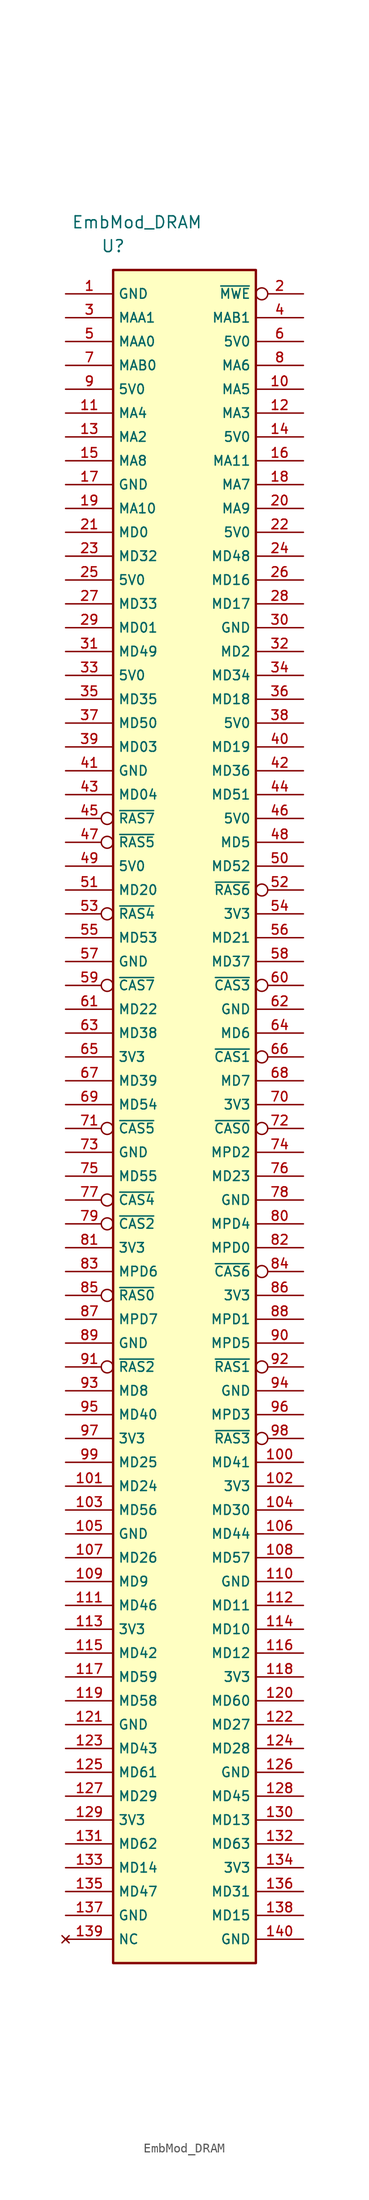
<source format=kicad_sym>
(kicad_symbol_lib
  (version 20211014)
  (generator kicad_symbol_editor)
  (symbol "EmbMod_DRAM"
    (property "Reference" "U"
      (at -7.62 91.44 0)
      (effects (font (size 1.27 1.27))))
    (property "Value" "EmbMod_DRAM"
      (at -5.08 93.98 0)
      (effects (font (size 1.27 1.27))))
    (symbol "EmbMod_DRAM_1_0"
      (rectangle (start -7.62 -91.44) (end 7.62 88.9) (stroke (width 0.254) (type default) (color 0 0 0 0)) (fill (type background))))
    (symbol "EmbMod_DRAM_1_1"
      (pin power_in line (at -12.7 86.36 0) (length 5.08) (name "GND" (effects (font (size 1.016 1.016)))) (number "1" (effects (font (size 1.016 1.016)))))
      (pin output line (at 12.7 76.2 180) (length 5.08) (name "MA5" (effects (font (size 1.016 1.016)))) (number "10" (effects (font (size 1.016 1.016)))))
      (pin bidirectional line (at 12.7 -38.1 180) (length 5.08) (name "MD41" (effects (font (size 1.016 1.016)))) (number "100" (effects (font (size 1.016 1.016)))))
      (pin bidirectional line (at -12.7 -40.64 0) (length 5.08) (name "MD24" (effects (font (size 1.016 1.016)))) (number "101" (effects (font (size 1.016 1.016)))))
      (pin power_in line (at 12.7 -40.64 180) (length 5.08) (name "3V3" (effects (font (size 1.016 1.016)))) (number "102" (effects (font (size 1.016 1.016)))))
      (pin bidirectional line (at -12.7 -43.18 0) (length 5.08) (name "MD56" (effects (font (size 1.016 1.016)))) (number "103" (effects (font (size 1.016 1.016)))))
      (pin bidirectional line (at 12.7 -43.18 180) (length 5.08) (name "MD30" (effects (font (size 1.016 1.016)))) (number "104" (effects (font (size 1.016 1.016)))))
      (pin power_in line (at -12.7 -45.72 0) (length 5.08) (name "GND" (effects (font (size 1.016 1.016)))) (number "105" (effects (font (size 1.016 1.016)))))
      (pin bidirectional line (at 12.7 -45.72 180) (length 5.08) (name "MD44" (effects (font (size 1.016 1.016)))) (number "106" (effects (font (size 1.016 1.016)))))
      (pin bidirectional line (at -12.7 -48.26 0) (length 5.08) (name "MD26" (effects (font (size 1.016 1.016)))) (number "107" (effects (font (size 1.016 1.016)))))
      (pin bidirectional line (at 12.7 -48.26 180) (length 5.08) (name "MD57" (effects (font (size 1.016 1.016)))) (number "108" (effects (font (size 1.016 1.016)))))
      (pin bidirectional line (at -12.7 -50.8 0) (length 5.08) (name "MD9" (effects (font (size 1.016 1.016)))) (number "109" (effects (font (size 1.016 1.016)))))
      (pin output line (at -12.7 73.66 0) (length 5.08) (name "MA4" (effects (font (size 1.016 1.016)))) (number "11" (effects (font (size 1.016 1.016)))))
      (pin power_in line (at 12.7 -50.8 180) (length 5.08) (name "GND" (effects (font (size 1.016 1.016)))) (number "110" (effects (font (size 1.016 1.016)))))
      (pin bidirectional line (at -12.7 -53.34 0) (length 5.08) (name "MD46" (effects (font (size 1.016 1.016)))) (number "111" (effects (font (size 1.016 1.016)))))
      (pin bidirectional line (at 12.7 -53.34 180) (length 5.08) (name "MD11" (effects (font (size 1.016 1.016)))) (number "112" (effects (font (size 1.016 1.016)))))
      (pin power_in line (at -12.7 -55.88 0) (length 5.08) (name "3V3" (effects (font (size 1.016 1.016)))) (number "113" (effects (font (size 1.016 1.016)))))
      (pin bidirectional line (at 12.7 -55.88 180) (length 5.08) (name "MD10" (effects (font (size 1.016 1.016)))) (number "114" (effects (font (size 1.016 1.016)))))
      (pin bidirectional line (at -12.7 -58.42 0) (length 5.08) (name "MD42" (effects (font (size 1.016 1.016)))) (number "115" (effects (font (size 1.016 1.016)))))
      (pin bidirectional line (at 12.7 -58.42 180) (length 5.08) (name "MD12" (effects (font (size 1.016 1.016)))) (number "116" (effects (font (size 1.016 1.016)))))
      (pin bidirectional line (at -12.7 -60.96 0) (length 5.08) (name "MD59" (effects (font (size 1.016 1.016)))) (number "117" (effects (font (size 1.016 1.016)))))
      (pin power_in line (at 12.7 -60.96 180) (length 5.08) (name "3V3" (effects (font (size 1.016 1.016)))) (number "118" (effects (font (size 1.016 1.016)))))
      (pin bidirectional line (at -12.7 -63.5 0) (length 5.08) (name "MD58" (effects (font (size 1.016 1.016)))) (number "119" (effects (font (size 1.016 1.016)))))
      (pin output line (at 12.7 73.66 180) (length 5.08) (name "MA3" (effects (font (size 1.016 1.016)))) (number "12" (effects (font (size 1.016 1.016)))))
      (pin bidirectional line (at 12.7 -63.5 180) (length 5.08) (name "MD60" (effects (font (size 1.016 1.016)))) (number "120" (effects (font (size 1.016 1.016)))))
      (pin power_in line (at -12.7 -66.04 0) (length 5.08) (name "GND" (effects (font (size 1.016 1.016)))) (number "121" (effects (font (size 1.016 1.016)))))
      (pin bidirectional line (at 12.7 -66.04 180) (length 5.08) (name "MD27" (effects (font (size 1.016 1.016)))) (number "122" (effects (font (size 1.016 1.016)))))
      (pin bidirectional line (at -12.7 -68.58 0) (length 5.08) (name "MD43" (effects (font (size 1.016 1.016)))) (number "123" (effects (font (size 1.016 1.016)))))
      (pin bidirectional line (at 12.7 -68.58 180) (length 5.08) (name "MD28" (effects (font (size 1.016 1.016)))) (number "124" (effects (font (size 1.016 1.016)))))
      (pin bidirectional line (at -12.7 -71.12 0) (length 5.08) (name "MD61" (effects (font (size 1.016 1.016)))) (number "125" (effects (font (size 1.016 1.016)))))
      (pin power_in line (at 12.7 -71.12 180) (length 5.08) (name "GND" (effects (font (size 1.016 1.016)))) (number "126" (effects (font (size 1.016 1.016)))))
      (pin bidirectional line (at -12.7 -73.66 0) (length 5.08) (name "MD29" (effects (font (size 1.016 1.016)))) (number "127" (effects (font (size 1.016 1.016)))))
      (pin bidirectional line (at 12.7 -73.66 180) (length 5.08) (name "MD45" (effects (font (size 1.016 1.016)))) (number "128" (effects (font (size 1.016 1.016)))))
      (pin power_in line (at -12.7 -76.2 0) (length 5.08) (name "3V3" (effects (font (size 1.016 1.016)))) (number "129" (effects (font (size 1.016 1.016)))))
      (pin output line (at -12.7 71.12 0) (length 5.08) (name "MA2" (effects (font (size 1.016 1.016)))) (number "13" (effects (font (size 1.016 1.016)))))
      (pin bidirectional line (at 12.7 -76.2 180) (length 5.08) (name "MD13" (effects (font (size 1.016 1.016)))) (number "130" (effects (font (size 1.016 1.016)))))
      (pin bidirectional line (at -12.7 -78.74 0) (length 5.08) (name "MD62" (effects (font (size 1.016 1.016)))) (number "131" (effects (font (size 1.016 1.016)))))
      (pin bidirectional line (at 12.7 -78.74 180) (length 5.08) (name "MD63" (effects (font (size 1.016 1.016)))) (number "132" (effects (font (size 1.016 1.016)))))
      (pin bidirectional line (at -12.7 -81.28 0) (length 5.08) (name "MD14" (effects (font (size 1.016 1.016)))) (number "133" (effects (font (size 1.016 1.016)))))
      (pin power_in line (at 12.7 -81.28 180) (length 5.08) (name "3V3" (effects (font (size 1.016 1.016)))) (number "134" (effects (font (size 1.016 1.016)))))
      (pin bidirectional line (at -12.7 -83.82 0) (length 5.08) (name "MD47" (effects (font (size 1.016 1.016)))) (number "135" (effects (font (size 1.016 1.016)))))
      (pin bidirectional line (at 12.7 -83.82 180) (length 5.08) (name "MD31" (effects (font (size 1.016 1.016)))) (number "136" (effects (font (size 1.016 1.016)))))
      (pin power_in line (at -12.7 -86.36 0) (length 5.08) (name "GND" (effects (font (size 1.016 1.016)))) (number "137" (effects (font (size 1.016 1.016)))))
      (pin bidirectional line (at 12.7 -86.36 180) (length 5.08) (name "MD15" (effects (font (size 1.016 1.016)))) (number "138" (effects (font (size 1.016 1.016)))))
      (pin no_connect line (at -12.7 -88.9 0) (length 5.08) (name "NC" (effects (font (size 1.016 1.016)))) (number "139" (effects (font (size 1.016 1.016)))))
      (pin power_in line (at 12.7 71.12 180) (length 5.08) (name "5V0" (effects (font (size 1.016 1.016)))) (number "14" (effects (font (size 1.016 1.016)))))
      (pin power_in line (at 12.7 -88.9 180) (length 5.08) (name "GND" (effects (font (size 1.016 1.016)))) (number "140" (effects (font (size 1.016 1.016)))))
      (pin output line (at -12.7 68.58 0) (length 5.08) (name "MA8" (effects (font (size 1.016 1.016)))) (number "15" (effects (font (size 1.016 1.016)))))
      (pin output line (at 12.7 68.58 180) (length 5.08) (name "MA11" (effects (font (size 1.016 1.016)))) (number "16" (effects (font (size 1.016 1.016)))))
      (pin power_in line (at -12.7 66.04 0) (length 5.08) (name "GND" (effects (font (size 1.016 1.016)))) (number "17" (effects (font (size 1.016 1.016)))))
      (pin output line (at 12.7 66.04 180) (length 5.08) (name "MA7" (effects (font (size 1.016 1.016)))) (number "18" (effects (font (size 1.016 1.016)))))
      (pin output line (at -12.7 63.5 0) (length 5.08) (name "MA10" (effects (font (size 1.016 1.016)))) (number "19" (effects (font (size 1.016 1.016)))))
      (pin output inverted (at 12.7 86.36 180) (length 5.08) (name "~{MWE}" (effects (font (size 1.016 1.016)))) (number "2" (effects (font (size 1.016 1.016)))))
      (pin output line (at 12.7 63.5 180) (length 5.08) (name "MA9" (effects (font (size 1.016 1.016)))) (number "20" (effects (font (size 1.016 1.016)))))
      (pin bidirectional line (at -12.7 60.96 0) (length 5.08) (name "MD0" (effects (font (size 1.016 1.016)))) (number "21" (effects (font (size 1.016 1.016)))))
      (pin power_in line (at 12.7 60.96 180) (length 5.08) (name "5V0" (effects (font (size 1.016 1.016)))) (number "22" (effects (font (size 1.016 1.016)))))
      (pin bidirectional line (at -12.7 58.42 0) (length 5.08) (name "MD32" (effects (font (size 1.016 1.016)))) (number "23" (effects (font (size 1.016 1.016)))))
      (pin bidirectional line (at 12.7 58.42 180) (length 5.08) (name "MD48" (effects (font (size 1.016 1.016)))) (number "24" (effects (font (size 1.016 1.016)))))
      (pin power_in line (at -12.7 55.88 0) (length 5.08) (name "5V0" (effects (font (size 1.016 1.016)))) (number "25" (effects (font (size 1.016 1.016)))))
      (pin bidirectional line (at 12.7 55.88 180) (length 5.08) (name "MD16" (effects (font (size 1.016 1.016)))) (number "26" (effects (font (size 1.016 1.016)))))
      (pin bidirectional line (at -12.7 53.34 0) (length 5.08) (name "MD33" (effects (font (size 1.016 1.016)))) (number "27" (effects (font (size 1.016 1.016)))))
      (pin bidirectional line (at 12.7 53.34 180) (length 5.08) (name "MD17" (effects (font (size 1.016 1.016)))) (number "28" (effects (font (size 1.016 1.016)))))
      (pin bidirectional line (at -12.7 50.8 0) (length 5.08) (name "MD01" (effects (font (size 1.016 1.016)))) (number "29" (effects (font (size 1.016 1.016)))))
      (pin output line (at -12.7 83.82 0) (length 5.08) (name "MAA1" (effects (font (size 1.016 1.016)))) (number "3" (effects (font (size 1.016 1.016)))))
      (pin power_in line (at 12.7 50.8 180) (length 5.08) (name "GND" (effects (font (size 1.016 1.016)))) (number "30" (effects (font (size 1.016 1.016)))))
      (pin bidirectional line (at -12.7 48.26 0) (length 5.08) (name "MD49" (effects (font (size 1.016 1.016)))) (number "31" (effects (font (size 1.016 1.016)))))
      (pin bidirectional line (at 12.7 48.26 180) (length 5.08) (name "MD2" (effects (font (size 1.016 1.016)))) (number "32" (effects (font (size 1.016 1.016)))))
      (pin power_in line (at -12.7 45.72 0) (length 5.08) (name "5V0" (effects (font (size 1.016 1.016)))) (number "33" (effects (font (size 1.016 1.016)))))
      (pin bidirectional line (at 12.7 45.72 180) (length 5.08) (name "MD34" (effects (font (size 1.016 1.016)))) (number "34" (effects (font (size 1.016 1.016)))))
      (pin bidirectional line (at -12.7 43.18 0) (length 5.08) (name "MD35" (effects (font (size 1.016 1.016)))) (number "35" (effects (font (size 1.016 1.016)))))
      (pin bidirectional line (at 12.7 43.18 180) (length 5.08) (name "MD18" (effects (font (size 1.016 1.016)))) (number "36" (effects (font (size 1.016 1.016)))))
      (pin bidirectional line (at -12.7 40.64 0) (length 5.08) (name "MD50" (effects (font (size 1.016 1.016)))) (number "37" (effects (font (size 1.016 1.016)))))
      (pin power_in line (at 12.7 40.64 180) (length 5.08) (name "5V0" (effects (font (size 1.016 1.016)))) (number "38" (effects (font (size 1.016 1.016)))))
      (pin bidirectional line (at -12.7 38.1 0) (length 5.08) (name "MD03" (effects (font (size 1.016 1.016)))) (number "39" (effects (font (size 1.016 1.016)))))
      (pin output line (at 12.7 83.82 180) (length 5.08) (name "MAB1" (effects (font (size 1.016 1.016)))) (number "4" (effects (font (size 1.016 1.016)))))
      (pin bidirectional line (at 12.7 38.1 180) (length 5.08) (name "MD19" (effects (font (size 1.016 1.016)))) (number "40" (effects (font (size 1.016 1.016)))))
      (pin power_in line (at -12.7 35.56 0) (length 5.08) (name "GND" (effects (font (size 1.016 1.016)))) (number "41" (effects (font (size 1.016 1.016)))))
      (pin bidirectional line (at 12.7 35.56 180) (length 5.08) (name "MD36" (effects (font (size 1.016 1.016)))) (number "42" (effects (font (size 1.016 1.016)))))
      (pin bidirectional line (at -12.7 33.02 0) (length 5.08) (name "MD04" (effects (font (size 1.016 1.016)))) (number "43" (effects (font (size 1.016 1.016)))))
      (pin bidirectional line (at 12.7 33.02 180) (length 5.08) (name "MD51" (effects (font (size 1.016 1.016)))) (number "44" (effects (font (size 1.016 1.016)))))
      (pin output inverted (at -12.7 30.48 0) (length 5.08) (name "~{RAS7}" (effects (font (size 1.016 1.016)))) (number "45" (effects (font (size 1.016 1.016)))))
      (pin power_in line (at 12.7 30.48 180) (length 5.08) (name "5V0" (effects (font (size 1.016 1.016)))) (number "46" (effects (font (size 1.016 1.016)))))
      (pin output inverted (at -12.7 27.94 0) (length 5.08) (name "~{RAS5}" (effects (font (size 1.016 1.016)))) (number "47" (effects (font (size 1.016 1.016)))))
      (pin bidirectional line (at 12.7 27.94 180) (length 5.08) (name "MD5" (effects (font (size 1.016 1.016)))) (number "48" (effects (font (size 1.016 1.016)))))
      (pin power_in line (at -12.7 25.4 0) (length 5.08) (name "5V0" (effects (font (size 1.016 1.016)))) (number "49" (effects (font (size 1.016 1.016)))))
      (pin output line (at -12.7 81.28 0) (length 5.08) (name "MAA0" (effects (font (size 1.016 1.016)))) (number "5" (effects (font (size 1.016 1.016)))))
      (pin bidirectional line (at 12.7 25.4 180) (length 5.08) (name "MD52" (effects (font (size 1.016 1.016)))) (number "50" (effects (font (size 1.016 1.016)))))
      (pin bidirectional line (at -12.7 22.86 0) (length 5.08) (name "MD20" (effects (font (size 1.016 1.016)))) (number "51" (effects (font (size 1.016 1.016)))))
      (pin output inverted (at 12.7 22.86 180) (length 5.08) (name "~{RAS6}" (effects (font (size 1.016 1.016)))) (number "52" (effects (font (size 1.016 1.016)))))
      (pin output inverted (at -12.7 20.32 0) (length 5.08) (name "~{RAS4}" (effects (font (size 1.016 1.016)))) (number "53" (effects (font (size 1.016 1.016)))))
      (pin power_in line (at 12.7 20.32 180) (length 5.08) (name "3V3" (effects (font (size 1.016 1.016)))) (number "54" (effects (font (size 1.016 1.016)))))
      (pin bidirectional line (at -12.7 17.78 0) (length 5.08) (name "MD53" (effects (font (size 1.016 1.016)))) (number "55" (effects (font (size 1.016 1.016)))))
      (pin bidirectional line (at 12.7 17.78 180) (length 5.08) (name "MD21" (effects (font (size 1.016 1.016)))) (number "56" (effects (font (size 1.016 1.016)))))
      (pin power_in line (at -12.7 15.24 0) (length 5.08) (name "GND" (effects (font (size 1.016 1.016)))) (number "57" (effects (font (size 1.016 1.016)))))
      (pin bidirectional line (at 12.7 15.24 180) (length 5.08) (name "MD37" (effects (font (size 1.016 1.016)))) (number "58" (effects (font (size 1.016 1.016)))))
      (pin output inverted (at -12.7 12.7 0) (length 5.08) (name "~{CAS7}" (effects (font (size 1.016 1.016)))) (number "59" (effects (font (size 1.016 1.016)))))
      (pin power_in line (at 12.7 81.28 180) (length 5.08) (name "5V0" (effects (font (size 1.016 1.016)))) (number "6" (effects (font (size 1.016 1.016)))))
      (pin output inverted (at 12.7 12.7 180) (length 5.08) (name "~{CAS3}" (effects (font (size 1.016 1.016)))) (number "60" (effects (font (size 1.016 1.016)))))
      (pin bidirectional line (at -12.7 10.16 0) (length 5.08) (name "MD22" (effects (font (size 1.016 1.016)))) (number "61" (effects (font (size 1.016 1.016)))))
      (pin power_in line (at 12.7 10.16 180) (length 5.08) (name "GND" (effects (font (size 1.016 1.016)))) (number "62" (effects (font (size 1.016 1.016)))))
      (pin bidirectional line (at -12.7 7.62 0) (length 5.08) (name "MD38" (effects (font (size 1.016 1.016)))) (number "63" (effects (font (size 1.016 1.016)))))
      (pin bidirectional line (at 12.7 7.62 180) (length 5.08) (name "MD6" (effects (font (size 1.016 1.016)))) (number "64" (effects (font (size 1.016 1.016)))))
      (pin power_in line (at -12.7 5.08 0) (length 5.08) (name "3V3" (effects (font (size 1.016 1.016)))) (number "65" (effects (font (size 1.016 1.016)))))
      (pin output inverted (at 12.7 5.08 180) (length 5.08) (name "~{CAS1}" (effects (font (size 1.016 1.016)))) (number "66" (effects (font (size 1.016 1.016)))))
      (pin bidirectional line (at -12.7 2.54 0) (length 5.08) (name "MD39" (effects (font (size 1.016 1.016)))) (number "67" (effects (font (size 1.016 1.016)))))
      (pin bidirectional line (at 12.7 2.54 180) (length 5.08) (name "MD7" (effects (font (size 1.016 1.016)))) (number "68" (effects (font (size 1.016 1.016)))))
      (pin bidirectional line (at -12.7 0 0) (length 5.08) (name "MD54" (effects (font (size 1.016 1.016)))) (number "69" (effects (font (size 1.016 1.016)))))
      (pin output line (at -12.7 78.74 0) (length 5.08) (name "MAB0" (effects (font (size 1.016 1.016)))) (number "7" (effects (font (size 1.016 1.016)))))
      (pin power_in line (at 12.7 0 180) (length 5.08) (name "3V3" (effects (font (size 1.016 1.016)))) (number "70" (effects (font (size 1.016 1.016)))))
      (pin output inverted (at -12.7 -2.54 0) (length 5.08) (name "~{CAS5}" (effects (font (size 1.016 1.016)))) (number "71" (effects (font (size 1.016 1.016)))))
      (pin output inverted (at 12.7 -2.54 180) (length 5.08) (name "~{CAS0}" (effects (font (size 1.016 1.016)))) (number "72" (effects (font (size 1.016 1.016)))))
      (pin power_in line (at -12.7 -5.08 0) (length 5.08) (name "GND" (effects (font (size 1.016 1.016)))) (number "73" (effects (font (size 1.016 1.016)))))
      (pin bidirectional line (at 12.7 -5.08 180) (length 5.08) (name "MPD2" (effects (font (size 1.016 1.016)))) (number "74" (effects (font (size 1.016 1.016)))))
      (pin bidirectional line (at -12.7 -7.62 0) (length 5.08) (name "MD55" (effects (font (size 1.016 1.016)))) (number "75" (effects (font (size 1.016 1.016)))))
      (pin bidirectional line (at 12.7 -7.62 180) (length 5.08) (name "MD23" (effects (font (size 1.016 1.016)))) (number "76" (effects (font (size 1.016 1.016)))))
      (pin output inverted (at -12.7 -10.16 0) (length 5.08) (name "~{CAS4}" (effects (font (size 1.016 1.016)))) (number "77" (effects (font (size 1.016 1.016)))))
      (pin power_in line (at 12.7 -10.16 180) (length 5.08) (name "GND" (effects (font (size 1.016 1.016)))) (number "78" (effects (font (size 1.016 1.016)))))
      (pin output inverted (at -12.7 -12.7 0) (length 5.08) (name "~{CAS2}" (effects (font (size 1.016 1.016)))) (number "79" (effects (font (size 1.016 1.016)))))
      (pin output line (at 12.7 78.74 180) (length 5.08) (name "MA6" (effects (font (size 1.016 1.016)))) (number "8" (effects (font (size 1.016 1.016)))))
      (pin bidirectional line (at 12.7 -12.7 180) (length 5.08) (name "MPD4" (effects (font (size 1.016 1.016)))) (number "80" (effects (font (size 1.016 1.016)))))
      (pin power_in line (at -12.7 -15.24 0) (length 5.08) (name "3V3" (effects (font (size 1.016 1.016)))) (number "81" (effects (font (size 1.016 1.016)))))
      (pin bidirectional line (at 12.7 -15.24 180) (length 5.08) (name "MPD0" (effects (font (size 1.016 1.016)))) (number "82" (effects (font (size 1.016 1.016)))))
      (pin bidirectional line (at -12.7 -17.78 0) (length 5.08) (name "MPD6" (effects (font (size 1.016 1.016)))) (number "83" (effects (font (size 1.016 1.016)))))
      (pin output inverted (at 12.7 -17.78 180) (length 5.08) (name "~{CAS6}" (effects (font (size 1.016 1.016)))) (number "84" (effects (font (size 1.016 1.016)))))
      (pin output inverted (at -12.7 -20.32 0) (length 5.08) (name "~{RAS0}" (effects (font (size 1.016 1.016)))) (number "85" (effects (font (size 1.016 1.016)))))
      (pin power_in line (at 12.7 -20.32 180) (length 5.08) (name "3V3" (effects (font (size 1.016 1.016)))) (number "86" (effects (font (size 1.016 1.016)))))
      (pin bidirectional line (at -12.7 -22.86 0) (length 5.08) (name "MPD7" (effects (font (size 1.016 1.016)))) (number "87" (effects (font (size 1.016 1.016)))))
      (pin bidirectional line (at 12.7 -22.86 180) (length 5.08) (name "MPD1" (effects (font (size 1.016 1.016)))) (number "88" (effects (font (size 1.016 1.016)))))
      (pin power_in line (at -12.7 -25.4 0) (length 5.08) (name "GND" (effects (font (size 1.016 1.016)))) (number "89" (effects (font (size 1.016 1.016)))))
      (pin power_in line (at -12.7 76.2 0) (length 5.08) (name "5V0" (effects (font (size 1.016 1.016)))) (number "9" (effects (font (size 1.016 1.016)))))
      (pin bidirectional line (at 12.7 -25.4 180) (length 5.08) (name "MPD5" (effects (font (size 1.016 1.016)))) (number "90" (effects (font (size 1.016 1.016)))))
      (pin output inverted (at -12.7 -27.94 0) (length 5.08) (name "~{RAS2}" (effects (font (size 1.016 1.016)))) (number "91" (effects (font (size 1.016 1.016)))))
      (pin output inverted (at 12.7 -27.94 180) (length 5.08) (name "~{RAS1}" (effects (font (size 1.016 1.016)))) (number "92" (effects (font (size 1.016 1.016)))))
      (pin bidirectional line (at -12.7 -30.48 0) (length 5.08) (name "MD8" (effects (font (size 1.016 1.016)))) (number "93" (effects (font (size 1.016 1.016)))))
      (pin power_in line (at 12.7 -30.48 180) (length 5.08) (name "GND" (effects (font (size 1.016 1.016)))) (number "94" (effects (font (size 1.016 1.016)))))
      (pin bidirectional line (at -12.7 -33.02 0) (length 5.08) (name "MD40" (effects (font (size 1.016 1.016)))) (number "95" (effects (font (size 1.016 1.016)))))
      (pin bidirectional line (at 12.7 -33.02 180) (length 5.08) (name "MPD3" (effects (font (size 1.016 1.016)))) (number "96" (effects (font (size 1.016 1.016)))))
      (pin power_in line (at -12.7 -35.56 0) (length 5.08) (name "3V3" (effects (font (size 1.016 1.016)))) (number "97" (effects (font (size 1.016 1.016)))))
      (pin output inverted (at 12.7 -35.56 180) (length 5.08) (name "~{RAS3}" (effects (font (size 1.016 1.016)))) (number "98" (effects (font (size 1.016 1.016)))))
      (pin bidirectional line (at -12.7 -38.1 0) (length 5.08) (name "MD25" (effects (font (size 1.016 1.016)))) (number "99" (effects (font (size 1.016 1.016))))))))
</source>
